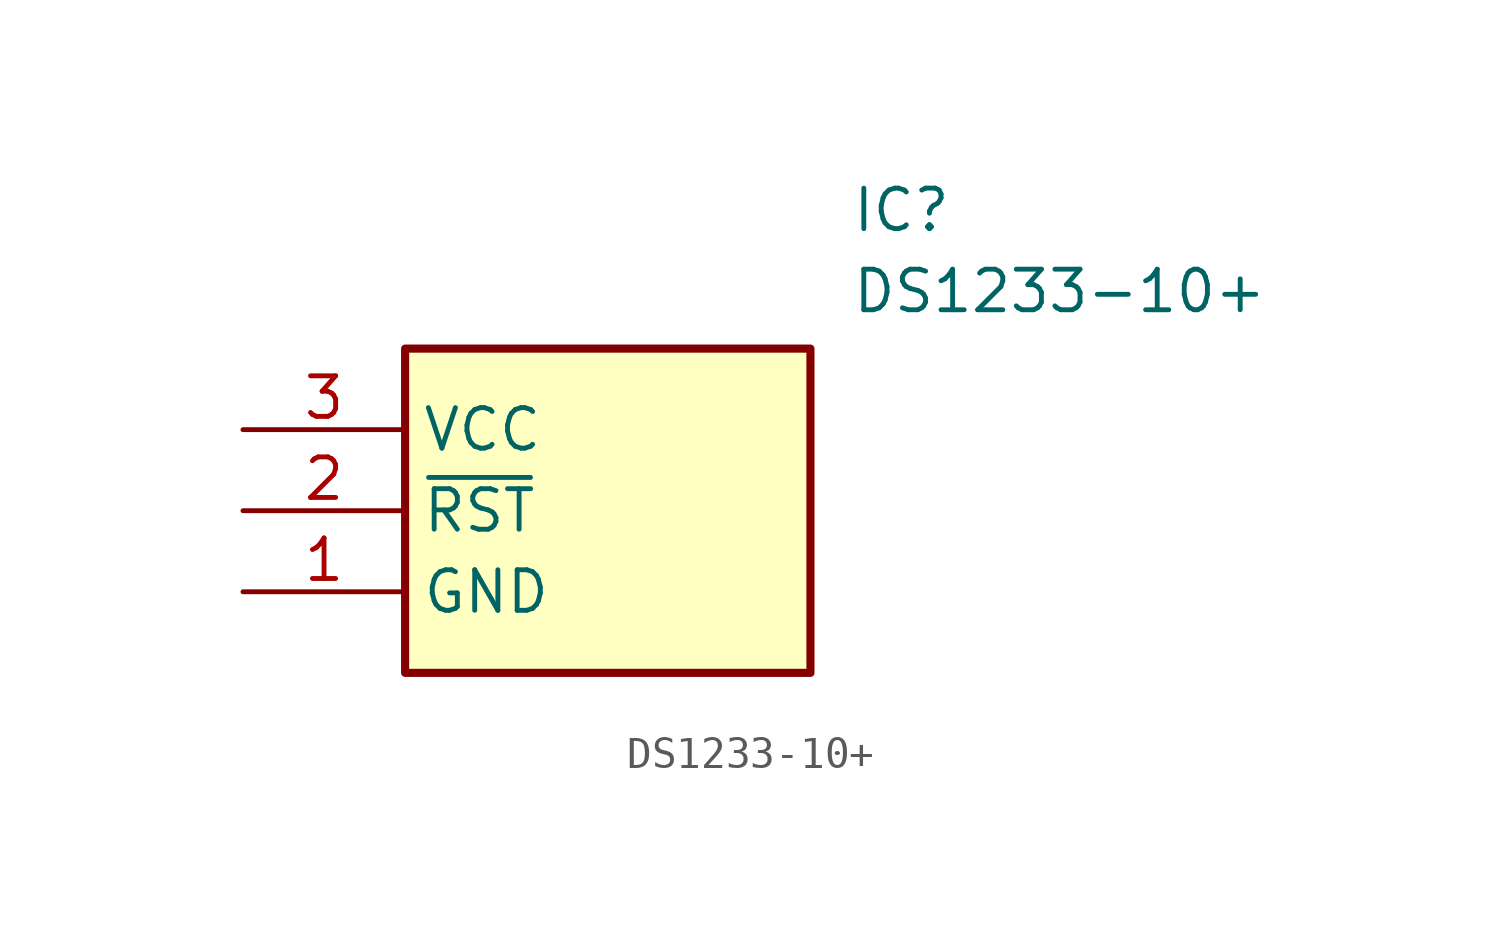
<source format=kicad_sym>
(kicad_symbol_lib
  (version 20211014)
  (generator SamacSys_ECAD_Model)
  (symbol "DS1233-10+"
    (property "Reference" "IC"
      (at 19.05 7.62 0)
      (effects (font (size 1.27 1.27)) (justify left top)))
    (property "Value" "DS1233-10+"
      (at 19.05 5.08 0)
      (effects (font (size 1.27 1.27)) (justify left top)))
    (rectangle
      (start 5.08 2.54)
      (end 17.78 -7.62)
      (stroke (width 0.254) (type default))
      (fill (type background)))
    (pin power_in line
      (at 0 -5.08 0)
      (length 5.08)
      (name "GND" (effects (font (size 1.27 1.27))))
      (number "1" (effects (font (size 1.27 1.27)))))
    (pin input line
      (at 0 -2.54 0)
      (length 5.08)
      (name "~{RST}" (effects (font (size 1.27 1.27))))
      (number "2" (effects (font (size 1.27 1.27)))))
    (pin power_in line
      (at 0 0 0)
      (length 5.08)
      (name "VCC" (effects (font (size 1.27 1.27))))
      (number "3" (effects (font (size 1.27 1.27)))))))
</source>
